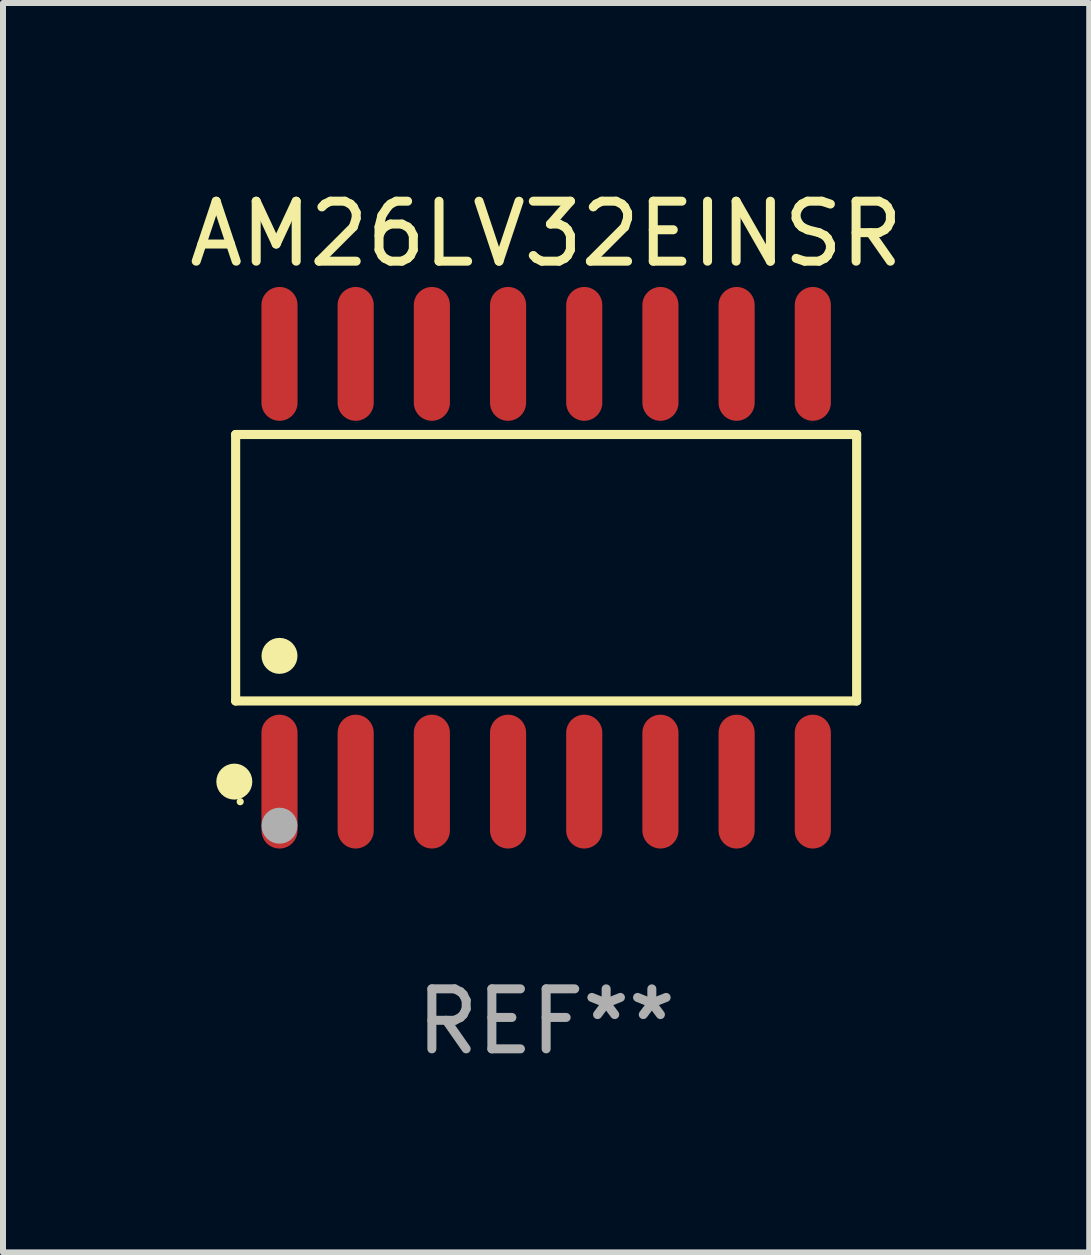
<source format=kicad_pcb>
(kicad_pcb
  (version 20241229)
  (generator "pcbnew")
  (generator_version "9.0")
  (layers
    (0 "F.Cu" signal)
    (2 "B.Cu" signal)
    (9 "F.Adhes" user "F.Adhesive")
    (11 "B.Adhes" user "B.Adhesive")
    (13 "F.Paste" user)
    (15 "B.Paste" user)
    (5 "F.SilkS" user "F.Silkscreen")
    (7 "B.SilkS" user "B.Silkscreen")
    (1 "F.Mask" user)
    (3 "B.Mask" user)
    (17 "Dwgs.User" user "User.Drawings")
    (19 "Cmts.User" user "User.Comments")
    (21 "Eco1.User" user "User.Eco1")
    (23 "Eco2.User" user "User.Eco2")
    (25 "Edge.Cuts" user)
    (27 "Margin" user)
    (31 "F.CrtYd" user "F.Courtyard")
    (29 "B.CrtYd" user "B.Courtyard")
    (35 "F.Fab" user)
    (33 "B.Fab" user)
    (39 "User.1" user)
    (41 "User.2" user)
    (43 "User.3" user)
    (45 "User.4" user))
  (footprint "AM26LV32EINSR"
    (layer "F.Cu")
    (at 6.054 6.414)
    (property "Reference" "AM26LV32EINSR" (at 0 -5.565 0) (layer "F.SilkS") (effects (font (size 1 1) (thickness 0.15))))
    (attr through_hole)
    (fp_line (start -5.176 -2.221) (end 5.176 -2.221) (stroke (width 0.152) (type solid)) (layer "F.SilkS"))
    (fp_line (start -5.176 2.221) (end -5.176 -2.221) (stroke (width 0.152) (type solid)) (layer "F.SilkS"))
    (fp_line (start 5.176 -2.221) (end 5.176 2.221) (stroke (width 0.152) (type solid)) (layer "F.SilkS"))
    (fp_line (start 5.176 2.221) (end -5.176 2.221) (stroke (width 0.152) (type solid)) (layer "F.SilkS"))
    (fp_circle (center -5.198 3.565) (end -5.048 3.565) (stroke (width 0.3) (type solid)) (fill no) (layer "F.SilkS"))
    (fp_circle (center -5.1 3.9) (end -5.07 3.9) (stroke (width 0.06) (type solid)) (fill no) (layer "F.SilkS"))
    (fp_circle (center -4.445 1.469) (end -4.295 1.469) (stroke (width 0.3) (type solid)) (fill no) (layer "F.SilkS"))
    (fp_circle (center -4.445 4.3) (end -4.295 4.3) (stroke (width 0.3) (type solid)) (fill no) (layer "F.Fab"))
    (fp_text user "REF**" (at 0 7.565 0) (layer "F.Fab") (effects (font (size 1 1) (thickness 0.15))))
    (pad "1" smd oval (at -4.445 3.565) (size 0.602 2.231) (layers "F.Cu" "F.Mask" "F.Paste"))
    (pad "2" smd oval (at -3.175 3.565) (size 0.602 2.231) (layers "F.Cu" "F.Mask" "F.Paste"))
    (pad "3" smd oval (at -1.905 3.565) (size 0.602 2.231) (layers "F.Cu" "F.Mask" "F.Paste"))
    (pad "4" smd oval (at -0.635 3.565) (size 0.602 2.231) (layers "F.Cu" "F.Mask" "F.Paste"))
    (pad "5" smd oval (at 0.635 3.565) (size 0.602 2.231) (layers "F.Cu" "F.Mask" "F.Paste"))
    (pad "6" smd oval (at 1.905 3.565) (size 0.602 2.231) (layers "F.Cu" "F.Mask" "F.Paste"))
    (pad "7" smd oval (at 3.175 3.565) (size 0.602 2.231) (layers "F.Cu" "F.Mask" "F.Paste"))
    (pad "8" smd oval (at 4.445 3.565) (size 0.602 2.231) (layers "F.Cu" "F.Mask" "F.Paste"))
    (pad "9" smd oval (at 4.445 -3.565) (size 0.602 2.231) (layers "F.Cu" "F.Mask" "F.Paste"))
    (pad "10" smd oval (at 3.175 -3.565) (size 0.602 2.231) (layers "F.Cu" "F.Mask" "F.Paste"))
    (pad "11" smd oval (at 1.905 -3.565) (size 0.602 2.231) (layers "F.Cu" "F.Mask" "F.Paste"))
    (pad "12" smd oval (at 0.635 -3.565) (size 0.602 2.231) (layers "F.Cu" "F.Mask" "F.Paste"))
    (pad "13" smd oval (at -0.635 -3.565) (size 0.602 2.231) (layers "F.Cu" "F.Mask" "F.Paste"))
    (pad "14" smd oval (at -1.905 -3.565) (size 0.602 2.231) (layers "F.Cu" "F.Mask" "F.Paste"))
    (pad "15" smd oval (at -3.175 -3.565) (size 0.602 2.231) (layers "F.Cu" "F.Mask" "F.Paste"))
    (pad "16" smd oval (at -4.445 -3.565) (size 0.602 2.231) (layers "F.Cu" "F.Mask" "F.Paste")))
  (gr_rect
    (start -3 -3)
    (end 15.107 17.827)
    (stroke (width 0.1) (type default))
    (fill no)
    (layer "Edge.Cuts")))
</source>
